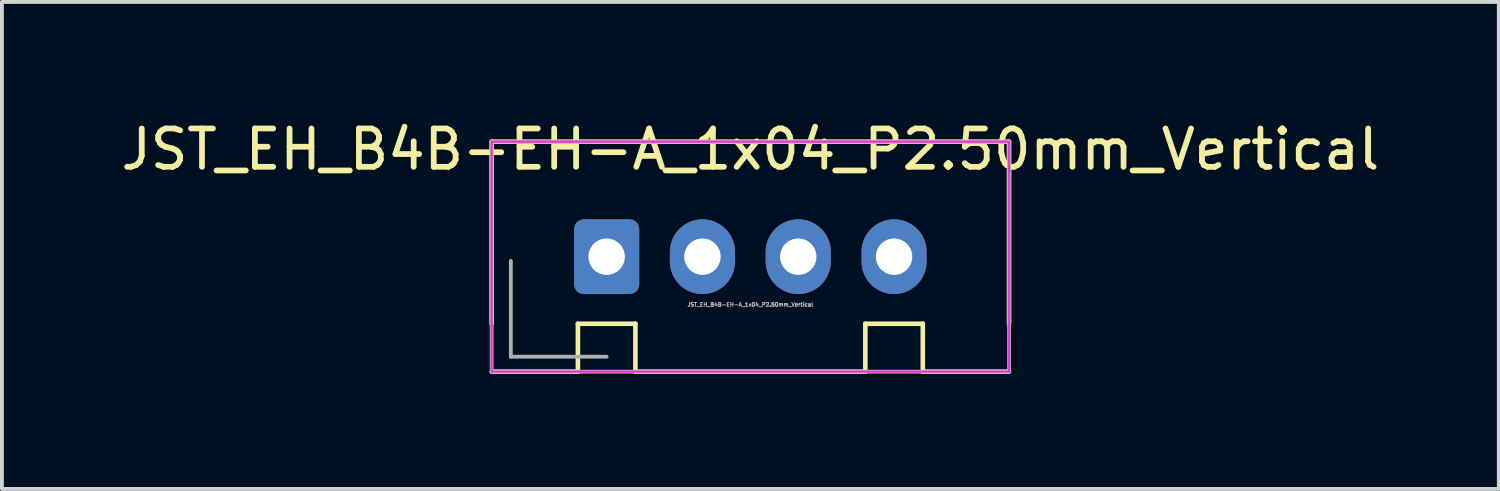
<source format=kicad_pcb>
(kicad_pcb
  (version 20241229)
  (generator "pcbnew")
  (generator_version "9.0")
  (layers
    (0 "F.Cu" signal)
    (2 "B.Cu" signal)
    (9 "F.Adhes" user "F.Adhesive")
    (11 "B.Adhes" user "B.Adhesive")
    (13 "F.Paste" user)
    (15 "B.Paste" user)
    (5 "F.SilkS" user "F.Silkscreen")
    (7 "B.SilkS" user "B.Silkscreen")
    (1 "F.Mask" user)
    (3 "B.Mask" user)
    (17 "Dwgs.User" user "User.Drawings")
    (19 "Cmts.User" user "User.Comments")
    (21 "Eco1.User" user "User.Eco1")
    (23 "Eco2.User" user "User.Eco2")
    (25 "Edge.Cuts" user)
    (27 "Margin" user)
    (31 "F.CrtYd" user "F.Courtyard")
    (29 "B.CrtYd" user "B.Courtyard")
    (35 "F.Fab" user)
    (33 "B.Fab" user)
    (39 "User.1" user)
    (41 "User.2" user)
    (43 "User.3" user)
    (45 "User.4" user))
  (footprint "JST_EH_B4B-EH-A_1x04_P2.50mm_Vertical"
    (layer "F.Cu")
    (at 12.78 3.648)
    (property "Reference" "JST_EH_B4B-EH-A_1x04_P2.50mm_Vertical" (at 3.75 -2.8 0) (layer "F.SilkS") (effects (font (size 1 1) (thickness 0.15))))
    (attr through_hole)
    (fp_line (start -3 -3) (end 10.5 -3) (stroke (width 0.12) (type solid)) (layer "F.SilkS"))
    (fp_line (start -3 1.75) (end -3 -3) (stroke (width 0.12) (type solid)) (layer "F.SilkS"))
    (fp_line (start -3 3) (end -0.75 3) (stroke (width 0.12) (type solid)) (layer "F.SilkS"))
    (fp_line (start -0.75 1.75) (end 0.75 1.75) (stroke (width 0.12) (type solid)) (layer "F.SilkS"))
    (fp_line (start -0.75 3) (end -0.75 1.75) (stroke (width 0.12) (type solid)) (layer "F.SilkS"))
    (fp_line (start 0.75 1.75) (end 0.75 3) (stroke (width 0.12) (type solid)) (layer "F.SilkS"))
    (fp_line (start 0.75 3) (end 6.75 3) (stroke (width 0.12) (type solid)) (layer "F.SilkS"))
    (fp_line (start 6.75 1.75) (end 8.25 1.75) (stroke (width 0.12) (type solid)) (layer "F.SilkS"))
    (fp_line (start 6.75 3) (end 6.75 1.75) (stroke (width 0.12) (type solid)) (layer "F.SilkS"))
    (fp_line (start 8.25 1.75) (end 8.25 3) (stroke (width 0.12) (type solid)) (layer "F.SilkS"))
    (fp_line (start 8.25 3) (end 10.5 3) (stroke (width 0.12) (type solid)) (layer "F.SilkS"))
    (fp_line (start 10.5 1.75) (end 10.5 -3) (stroke (width 0.12) (type solid)) (layer "F.SilkS"))
    (fp_line (start -3 -3) (end -3 3) (stroke (width 0.05) (type solid)) (layer "F.CrtYd"))
    (fp_line (start -3 3) (end 10.5 3) (stroke (width 0.05) (type solid)) (layer "F.CrtYd"))
    (fp_line (start 10.5 -3) (end -3 -3) (stroke (width 0.05) (type solid)) (layer "F.CrtYd"))
    (fp_line (start 10.5 3) (end 10.5 -3) (stroke (width 0.05) (type solid)) (layer "F.CrtYd"))
    (fp_line (start -3 -3) (end -3 3) (stroke (width 0.1) (type solid)) (layer "F.Fab"))
    (fp_line (start -3 3) (end 10.5 3) (stroke (width 0.1) (type solid)) (layer "F.Fab"))
    (fp_line (start -2.5 0.11) (end -2.5 2.61) (stroke (width 0.1) (type solid)) (layer "F.Fab"))
    (fp_line (start -2.5 2.61) (end 0 2.61) (stroke (width 0.1) (type solid)) (layer "F.Fab"))
    (fp_line (start 10.5 -3) (end -3 -3) (stroke (width 0.1) (type solid)) (layer "F.Fab"))
    (fp_line (start 10.5 3) (end 10.5 -3) (stroke (width 0.1) (type solid)) (layer "F.Fab"))
    (fp_text user "${REFERENCE}" (at 3.75 1.25 0) (layer "F.Fab") (effects (font (size 0.1 0.1) (thickness 0.025))))
    (pad "1" thru_hole roundrect (at 0 0) (size 1.7 1.95) (drill 0.95) (layers "*.Cu" "*.Mask") (roundrect_rratio 0.147))
    (pad "2" thru_hole oval (at 2.5 0) (size 1.7 1.95) (drill 0.95) (layers "*.Cu" "*.Mask"))
    (pad "3" thru_hole oval (at 5 0) (size 1.7 1.95) (drill 0.95) (layers "*.Cu" "*.Mask"))
    (pad "4" thru_hole oval (at 7.5 0) (size 1.7 1.95) (drill 0.95) (layers "*.Cu" "*.Mask")))
  (gr_rect
    (start -3 -3)
    (end 36.06 9.708)
    (stroke (width 0.1) (type default))
    (fill no)
    (layer "Edge.Cuts")))
</source>
